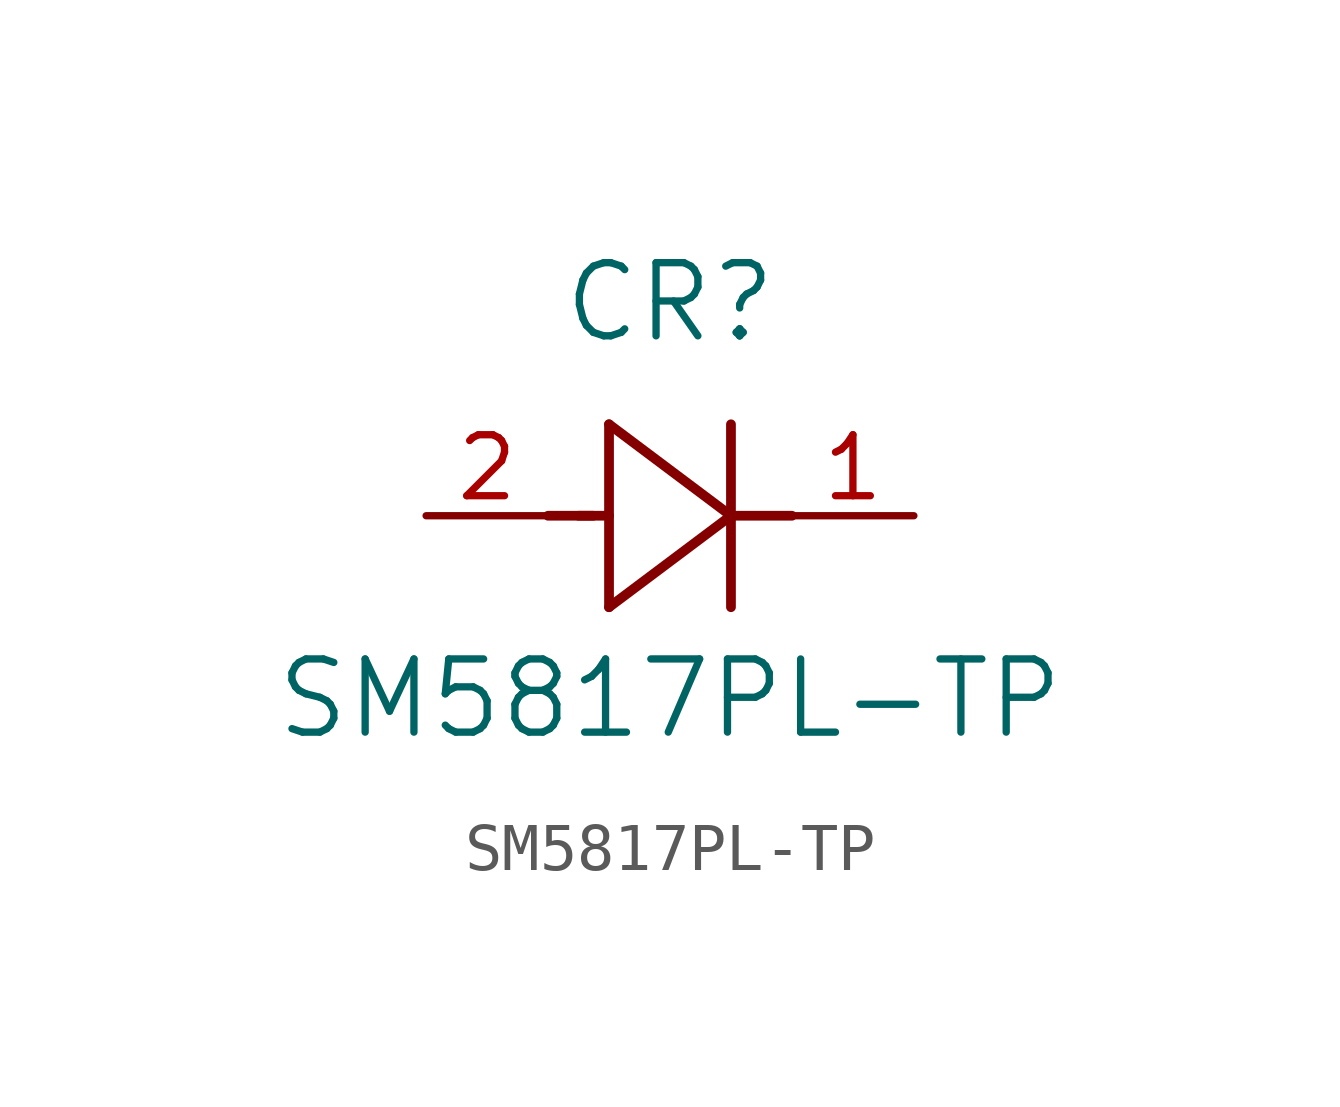
<source format=kicad_sym>
(kicad_symbol_lib
  (version 20211014)
  (generator kicad_symbol_editor)
  (symbol "SM5817PL-TP"
    (pin_names
      (offset 0.254))
    (property "Reference" "CR"
      (at 5.08 4.445 0)
      (effects (font (size 1.524 1.524))))
    (property "Value" "SM5817PL-TP"
      (at 5.08 -3.81 0)
      (effects (font (size 1.524 1.524))))
    (symbol "SM5817PL-TP_0_1"
      (polyline (pts (xy 2.54 0) (xy 3.48 0)) (stroke (width 0.203) (type default) (color 0 0 0 0)) (fill (type none)))
      (polyline (pts (xy 3.81 1.905) (xy 3.81 -1.905)) (stroke (width 0.203) (type default) (color 0 0 0 0)) (fill (type none)))
      (polyline (pts (xy 3.175 0) (xy 3.81 0)) (stroke (width 0.203) (type default) (color 0 0 0 0)) (fill (type none)))
      (polyline (pts (xy 6.35 -1.905) (xy 6.35 1.905)) (stroke (width 0.203) (type default) (color 0 0 0 0)) (fill (type none)))
      (polyline (pts (xy 6.35 0) (xy 7.62 0)) (stroke (width 0.203) (type default) (color 0 0 0 0)) (fill (type none)))
      (polyline (pts (xy 6.35 0) (xy 3.81 1.905)) (stroke (width 0.203) (type default) (color 0 0 0 0)) (fill (type none)))
      (polyline (pts (xy 3.81 -1.905) (xy 6.35 0)) (stroke (width 0.203) (type default) (color 0 0 0 0)) (fill (type none)))
      (pin unspecified line (at 0 0 0) (length 2.54) (name "" (effects (font (size 1.27 1.27)))) (number "2" (effects (font (size 1.27 1.27)))))
      (pin unspecified line (at 10.16 0 180) (length 2.54) (name "" (effects (font (size 1.27 1.27)))) (number "1" (effects (font (size 1.27 1.27))))))))
</source>
